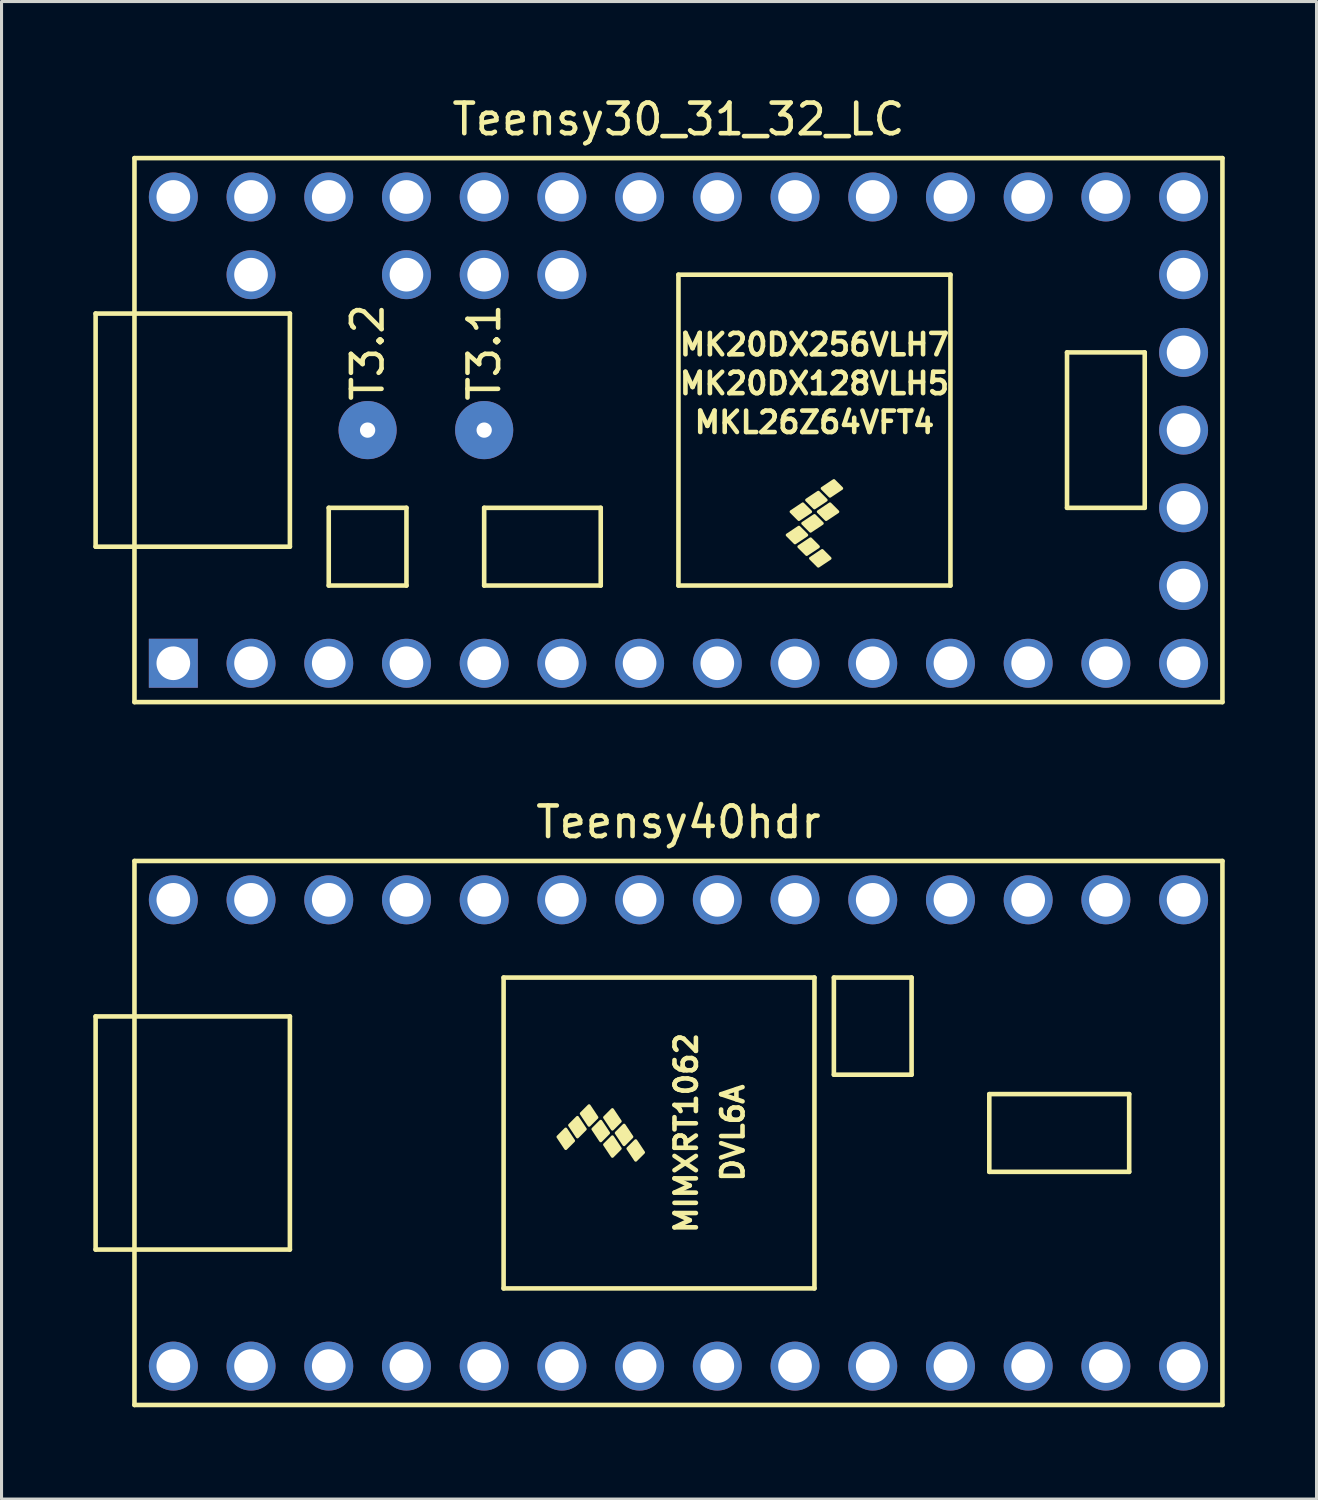
<source format=kicad_pcb>
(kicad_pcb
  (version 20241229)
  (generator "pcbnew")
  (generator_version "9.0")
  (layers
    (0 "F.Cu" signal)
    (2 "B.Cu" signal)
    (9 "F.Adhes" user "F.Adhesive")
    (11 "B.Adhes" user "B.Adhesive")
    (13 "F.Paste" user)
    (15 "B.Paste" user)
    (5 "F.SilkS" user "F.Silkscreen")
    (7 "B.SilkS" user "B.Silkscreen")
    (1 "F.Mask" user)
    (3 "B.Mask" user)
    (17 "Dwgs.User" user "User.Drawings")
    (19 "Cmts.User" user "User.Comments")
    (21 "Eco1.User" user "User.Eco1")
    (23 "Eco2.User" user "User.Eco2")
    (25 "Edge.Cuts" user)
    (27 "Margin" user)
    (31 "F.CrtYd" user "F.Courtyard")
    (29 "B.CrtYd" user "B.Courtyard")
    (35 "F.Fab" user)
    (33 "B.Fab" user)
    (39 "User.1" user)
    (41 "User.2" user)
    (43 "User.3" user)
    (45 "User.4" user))
  (footprint "Teensy30_31_32_LC"
    (layer "F.Cu")
    (at 19.125 11.008)
    (property "Reference" "Teensy30_31_32_LC" (at 0 -10.16 0) (layer "F.SilkS") (effects (font (size 1 1) (thickness 0.15))))
    (attr through_hole)
    (fp_line (start -19.05 -3.81) (end -17.78 -3.81) (stroke (width 0.15) (type solid)) (layer "F.SilkS"))
    (fp_line (start -19.05 3.81) (end -19.05 -3.81) (stroke (width 0.15) (type solid)) (layer "F.SilkS"))
    (fp_line (start -17.78 -8.89) (end 17.78 -8.89) (stroke (width 0.15) (type solid)) (layer "F.SilkS"))
    (fp_line (start -17.78 3.81) (end -19.05 3.81) (stroke (width 0.15) (type solid)) (layer "F.SilkS"))
    (fp_line (start -17.78 8.89) (end -17.78 -8.89) (stroke (width 0.15) (type solid)) (layer "F.SilkS"))
    (fp_line (start -12.7 -3.81) (end -17.78 -3.81) (stroke (width 0.15) (type solid)) (layer "F.SilkS"))
    (fp_line (start -12.7 3.81) (end -17.78 3.81) (stroke (width 0.15) (type solid)) (layer "F.SilkS"))
    (fp_line (start -12.7 3.81) (end -12.7 -3.81) (stroke (width 0.15) (type solid)) (layer "F.SilkS"))
    (fp_line (start -11.43 2.54) (end -11.43 5.08) (stroke (width 0.15) (type solid)) (layer "F.SilkS"))
    (fp_line (start -11.43 5.08) (end -8.89 5.08) (stroke (width 0.15) (type solid)) (layer "F.SilkS"))
    (fp_line (start -8.89 2.54) (end -11.43 2.54) (stroke (width 0.15) (type solid)) (layer "F.SilkS"))
    (fp_line (start -8.89 5.08) (end -8.89 2.54) (stroke (width 0.15) (type solid)) (layer "F.SilkS"))
    (fp_line (start -6.35 2.54) (end -6.35 5.08) (stroke (width 0.15) (type solid)) (layer "F.SilkS"))
    (fp_line (start -6.35 5.08) (end -2.54 5.08) (stroke (width 0.15) (type solid)) (layer "F.SilkS"))
    (fp_line (start -2.54 2.54) (end -6.35 2.54) (stroke (width 0.15) (type solid)) (layer "F.SilkS"))
    (fp_line (start -2.54 5.08) (end -2.54 2.54) (stroke (width 0.15) (type solid)) (layer "F.SilkS"))
    (fp_line (start 0 -5.08) (end 0 5.08) (stroke (width 0.15) (type solid)) (layer "F.SilkS"))
    (fp_line (start 8.89 -5.08) (end 0 -5.08) (stroke (width 0.15) (type solid)) (layer "F.SilkS"))
    (fp_line (start 8.89 5.08) (end 0 5.08) (stroke (width 0.15) (type solid)) (layer "F.SilkS"))
    (fp_line (start 8.89 5.08) (end 8.89 -5.08) (stroke (width 0.15) (type solid)) (layer "F.SilkS"))
    (fp_line (start 12.7 -2.54) (end 15.24 -2.54) (stroke (width 0.15) (type solid)) (layer "F.SilkS"))
    (fp_line (start 12.7 2.54) (end 12.7 -2.54) (stroke (width 0.15) (type solid)) (layer "F.SilkS"))
    (fp_line (start 15.24 -2.54) (end 15.24 2.54) (stroke (width 0.15) (type solid)) (layer "F.SilkS"))
    (fp_line (start 15.24 2.54) (end 12.7 2.54) (stroke (width 0.15) (type solid)) (layer "F.SilkS"))
    (fp_line (start 17.78 -8.89) (end 17.78 8.89) (stroke (width 0.15) (type solid)) (layer "F.SilkS"))
    (fp_line (start 17.78 8.89) (end -17.78 8.89) (stroke (width 0.15) (type solid)) (layer "F.SilkS"))
    (fp_poly (pts (xy 3.81 3.683) (xy 3.556 3.429) (xy 3.937 3.175) (xy 4.191 3.429)) (stroke (width 0.1) (type solid)) (fill yes) (layer "F.SilkS"))
    (fp_poly (pts (xy 3.937 2.921) (xy 3.683 2.667) (xy 4.064 2.413) (xy 4.318 2.667)) (stroke (width 0.1) (type solid)) (fill yes) (layer "F.SilkS"))
    (fp_poly (pts (xy 4.191 4.064) (xy 3.937 3.81) (xy 4.318 3.556) (xy 4.572 3.81)) (stroke (width 0.1) (type solid)) (fill yes) (layer "F.SilkS"))
    (fp_poly (pts (xy 4.318 3.302) (xy 4.064 3.048) (xy 4.445 2.794) (xy 4.699 3.048)) (stroke (width 0.1) (type solid)) (fill yes) (layer "F.SilkS"))
    (fp_poly (pts (xy 4.445 2.54) (xy 4.191 2.286) (xy 4.572 2.032) (xy 4.826 2.286)) (stroke (width 0.1) (type solid)) (fill yes) (layer "F.SilkS"))
    (fp_poly (pts (xy 4.572 4.445) (xy 4.318 4.191) (xy 4.699 3.937) (xy 4.953 4.191)) (stroke (width 0.1) (type solid)) (fill yes) (layer "F.SilkS"))
    (fp_poly (pts (xy 4.826 2.921) (xy 4.572 2.667) (xy 4.953 2.413) (xy 5.207 2.667)) (stroke (width 0.1) (type solid)) (fill yes) (layer "F.SilkS"))
    (fp_poly (pts (xy 4.953 2.159) (xy 4.699 1.905) (xy 5.08 1.651) (xy 5.334 1.905)) (stroke (width 0.1) (type solid)) (fill yes) (layer "F.SilkS"))
    (fp_text user "MKL26Z64VFT4" (at 4.445 -0.254 0) (layer "F.SilkS") (effects (font (size 0.7 0.7) (thickness 0.15))))
    (fp_text user "T3.1" (at -6.35 -2.54 90) (layer "F.SilkS") (effects (font (size 1 1) (thickness 0.15))))
    (fp_text user "T3.2" (at -10.16 -2.54 90) (layer "F.SilkS") (effects (font (size 1 1) (thickness 0.15))))
    (fp_text user "MK20DX128VLH5" (at 4.445 -1.524 0) (layer "F.SilkS") (effects (font (size 0.7 0.7) (thickness 0.15))))
    (fp_text user "MK20DX256VLH7" (at 4.445 -2.794 0) (layer "F.SilkS") (effects (font (size 0.7 0.7) (thickness 0.15))))
    (pad "1" thru_hole rect (at -16.51 7.62) (size 1.6 1.6) (drill 1.1) (layers "*.Cu" "*.Mask"))
    (pad "2" thru_hole circle (at -13.97 7.62) (size 1.6 1.6) (drill 1.1) (layers "*.Cu" "*.Mask"))
    (pad "3" thru_hole circle (at -11.43 7.62) (size 1.6 1.6) (drill 1.1) (layers "*.Cu" "*.Mask"))
    (pad "4" thru_hole circle (at -8.89 7.62) (size 1.6 1.6) (drill 1.1) (layers "*.Cu" "*.Mask"))
    (pad "5" thru_hole circle (at -6.35 7.62) (size 1.6 1.6) (drill 1.1) (layers "*.Cu" "*.Mask"))
    (pad "6" thru_hole circle (at -3.81 7.62) (size 1.6 1.6) (drill 1.1) (layers "*.Cu" "*.Mask"))
    (pad "7" thru_hole circle (at -1.27 7.62) (size 1.6 1.6) (drill 1.1) (layers "*.Cu" "*.Mask"))
    (pad "8" thru_hole circle (at 1.27 7.62) (size 1.6 1.6) (drill 1.1) (layers "*.Cu" "*.Mask"))
    (pad "9" thru_hole circle (at 3.81 7.62) (size 1.6 1.6) (drill 1.1) (layers "*.Cu" "*.Mask"))
    (pad "10" thru_hole circle (at 6.35 7.62) (size 1.6 1.6) (drill 1.1) (layers "*.Cu" "*.Mask"))
    (pad "11" thru_hole circle (at 8.89 7.62) (size 1.6 1.6) (drill 1.1) (layers "*.Cu" "*.Mask"))
    (pad "12" thru_hole circle (at 11.43 7.62) (size 1.6 1.6) (drill 1.1) (layers "*.Cu" "*.Mask"))
    (pad "13" thru_hole circle (at 13.97 7.62) (size 1.6 1.6) (drill 1.1) (layers "*.Cu" "*.Mask"))
    (pad "14" thru_hole circle (at 16.51 7.62) (size 1.6 1.6) (drill 1.1) (layers "*.Cu" "*.Mask"))
    (pad "15" thru_hole circle (at 16.51 5.08) (size 1.6 1.6) (drill 1.1) (layers "*.Cu" "*.Mask"))
    (pad "16" thru_hole circle (at 16.51 2.54) (size 1.6 1.6) (drill 1.1) (layers "*.Cu" "*.Mask"))
    (pad "17" thru_hole circle (at 16.51 0) (size 1.6 1.6) (drill 1.1) (layers "*.Cu" "*.Mask"))
    (pad "18" thru_hole circle (at 16.51 -2.54) (size 1.6 1.6) (drill 1.1) (layers "*.Cu" "*.Mask"))
    (pad "19" thru_hole circle (at 16.51 -5.08) (size 1.6 1.6) (drill 1.1) (layers "*.Cu" "*.Mask"))
    (pad "20" thru_hole circle (at 16.51 -7.62) (size 1.6 1.6) (drill 1.1) (layers "*.Cu" "*.Mask"))
    (pad "21" thru_hole circle (at 13.97 -7.62) (size 1.6 1.6) (drill 1.1) (layers "*.Cu" "*.Mask"))
    (pad "22" thru_hole circle (at 11.43 -7.62) (size 1.6 1.6) (drill 1.1) (layers "*.Cu" "*.Mask"))
    (pad "23" thru_hole circle (at 8.89 -7.62) (size 1.6 1.6) (drill 1.1) (layers "*.Cu" "*.Mask"))
    (pad "24" thru_hole circle (at 6.35 -7.62) (size 1.6 1.6) (drill 1.1) (layers "*.Cu" "*.Mask"))
    (pad "25" thru_hole circle (at 3.81 -7.62) (size 1.6 1.6) (drill 1.1) (layers "*.Cu" "*.Mask"))
    (pad "26" thru_hole circle (at 1.27 -7.62) (size 1.6 1.6) (drill 1.1) (layers "*.Cu" "*.Mask"))
    (pad "27" thru_hole circle (at -1.27 -7.62) (size 1.6 1.6) (drill 1.1) (layers "*.Cu" "*.Mask"))
    (pad "28" thru_hole circle (at -3.81 -7.62) (size 1.6 1.6) (drill 1.1) (layers "*.Cu" "*.Mask"))
    (pad "29" thru_hole circle (at -6.35 -7.62) (size 1.6 1.6) (drill 1.1) (layers "*.Cu" "*.Mask"))
    (pad "30" thru_hole circle (at -8.89 -7.62) (size 1.6 1.6) (drill 1.1) (layers "*.Cu" "*.Mask"))
    (pad "31" thru_hole circle (at -11.43 -7.62) (size 1.6 1.6) (drill 1.1) (layers "*.Cu" "*.Mask"))
    (pad "32" thru_hole circle (at -13.97 -7.62) (size 1.6 1.6) (drill 1.1) (layers "*.Cu" "*.Mask"))
    (pad "33" thru_hole circle (at -16.51 -7.62) (size 1.6 1.6) (drill 1.1) (layers "*.Cu" "*.Mask"))
    (pad "34" thru_hole circle (at -13.97 -5.08) (size 1.6 1.6) (drill 1.1) (layers "*.Cu" "*.Mask"))
    (pad "35" thru_hole circle (at -8.89 -5.08) (size 1.6 1.6) (drill 1.1) (layers "*.Cu" "*.Mask"))
    (pad "36" thru_hole circle (at -6.35 -5.08) (size 1.6 1.6) (drill 1.1) (layers "*.Cu" "*.Mask"))
    (pad "37" thru_hole circle (at -3.81 -5.08) (size 1.6 1.6) (drill 1.1) (layers "*.Cu" "*.Mask"))
    (pad "52" thru_hole circle (at -10.16 0) (size 1.9 1.9) (drill 0.5) (layers "*.Cu" "*.Mask"))
    (pad "52" thru_hole circle (at -6.35 0) (size 1.9 1.9) (drill 0.5) (layers "*.Cu" "*.Mask")))
  (footprint "Teensy40hdr"
    (layer "F.Cu")
    (at 19.125 33.981)
    (property "Reference" "Teensy40hdr" (at 0 -10.16 0) (layer "F.SilkS") (effects (font (size 1 1) (thickness 0.15))))
    (attr through_hole)
    (fp_line (start -19.05 -3.81) (end -17.78 -3.81) (stroke (width 0.15) (type solid)) (layer "F.SilkS"))
    (fp_line (start -19.05 3.81) (end -19.05 -3.81) (stroke (width 0.15) (type solid)) (layer "F.SilkS"))
    (fp_line (start -17.78 -8.89) (end 17.78 -8.89) (stroke (width 0.15) (type solid)) (layer "F.SilkS"))
    (fp_line (start -17.78 3.81) (end -19.05 3.81) (stroke (width 0.15) (type solid)) (layer "F.SilkS"))
    (fp_line (start -17.78 8.89) (end -17.78 -8.89) (stroke (width 0.15) (type solid)) (layer "F.SilkS"))
    (fp_line (start -12.7 -3.81) (end -17.78 -3.81) (stroke (width 0.15) (type solid)) (layer "F.SilkS"))
    (fp_line (start -12.7 3.81) (end -17.78 3.81) (stroke (width 0.15) (type solid)) (layer "F.SilkS"))
    (fp_line (start -12.7 3.81) (end -12.7 -3.81) (stroke (width 0.15) (type solid)) (layer "F.SilkS"))
    (fp_line (start -5.715 -5.08) (end -5.715 5.08) (stroke (width 0.15) (type solid)) (layer "F.SilkS"))
    (fp_line (start 4.445 -5.08) (end -5.715 -5.08) (stroke (width 0.15) (type solid)) (layer "F.SilkS"))
    (fp_line (start 4.445 5.08) (end -5.715 5.08) (stroke (width 0.15) (type solid)) (layer "F.SilkS"))
    (fp_line (start 4.445 5.08) (end 4.445 -5.08) (stroke (width 0.15) (type solid)) (layer "F.SilkS"))
    (fp_line (start 5.08 -5.08) (end 7.62 -5.08) (stroke (width 0.15) (type solid)) (layer "F.SilkS"))
    (fp_line (start 5.08 -1.905) (end 5.08 -5.08) (stroke (width 0.15) (type solid)) (layer "F.SilkS"))
    (fp_line (start 7.62 -5.08) (end 7.62 -1.905) (stroke (width 0.15) (type solid)) (layer "F.SilkS"))
    (fp_line (start 7.62 -1.905) (end 5.08 -1.905) (stroke (width 0.15) (type solid)) (layer "F.SilkS"))
    (fp_line (start 10.16 -1.27) (end 14.732 -1.27) (stroke (width 0.15) (type solid)) (layer "F.SilkS"))
    (fp_line (start 10.16 1.27) (end 10.16 -1.27) (stroke (width 0.15) (type solid)) (layer "F.SilkS"))
    (fp_line (start 14.732 -1.27) (end 14.732 1.27) (stroke (width 0.15) (type solid)) (layer "F.SilkS"))
    (fp_line (start 14.732 1.27) (end 10.16 1.27) (stroke (width 0.15) (type solid)) (layer "F.SilkS"))
    (fp_line (start 17.78 -8.89) (end 17.78 8.89) (stroke (width 0.15) (type solid)) (layer "F.SilkS"))
    (fp_line (start 17.78 8.89) (end -17.78 8.89) (stroke (width 0.15) (type solid)) (layer "F.SilkS"))
    (fp_poly (pts (xy -3.937 0.127) (xy -3.683 -0.127) (xy -3.429 0.254) (xy -3.683 0.508)) (stroke (width 0.1) (type solid)) (fill yes) (layer "F.SilkS"))
    (fp_poly (pts (xy -3.556 -0.254) (xy -3.302 -0.508) (xy -3.048 -0.127) (xy -3.302 0.127)) (stroke (width 0.1) (type solid)) (fill yes) (layer "F.SilkS"))
    (fp_poly (pts (xy -3.175 -0.635) (xy -2.921 -0.889) (xy -2.667 -0.508) (xy -2.921 -0.254)) (stroke (width 0.1) (type solid)) (fill yes) (layer "F.SilkS"))
    (fp_poly (pts (xy -2.794 -0.127) (xy -2.54 -0.381) (xy -2.286 0) (xy -2.54 0.254)) (stroke (width 0.1) (type solid)) (fill yes) (layer "F.SilkS"))
    (fp_poly (pts (xy -2.413 -0.508) (xy -2.159 -0.762) (xy -1.905 -0.381) (xy -2.159 -0.127)) (stroke (width 0.1) (type solid)) (fill yes) (layer "F.SilkS"))
    (fp_poly (pts (xy -2.413 0.381) (xy -2.159 0.127) (xy -1.905 0.508) (xy -2.159 0.762)) (stroke (width 0.1) (type solid)) (fill yes) (layer "F.SilkS"))
    (fp_poly (pts (xy -2.032 0) (xy -1.778 -0.254) (xy -1.524 0.127) (xy -1.778 0.381)) (stroke (width 0.1) (type solid)) (fill yes) (layer "F.SilkS"))
    (fp_poly (pts (xy -1.651 0.508) (xy -1.397 0.254) (xy -1.143 0.635) (xy -1.397 0.889)) (stroke (width 0.1) (type solid)) (fill yes) (layer "F.SilkS"))
    (fp_text user "MIMXRT1062" (at 0.254 0 90) (layer "F.SilkS") (effects (font (size 0.7 0.7) (thickness 0.15))))
    (fp_text user "DVL6A" (at 1.778 0 90) (layer "F.SilkS") (effects (font (size 0.7 0.7) (thickness 0.15))))
    (pad "1" thru_hole circle (at -16.51 7.62) (size 1.6 1.6) (drill 1.1) (layers "*.Cu" "*.Mask"))
    (pad "2" thru_hole circle (at -13.97 7.62) (size 1.6 1.6) (drill 1.1) (layers "*.Cu" "*.Mask"))
    (pad "3" thru_hole circle (at -11.43 7.62) (size 1.6 1.6) (drill 1.1) (layers "*.Cu" "*.Mask"))
    (pad "4" thru_hole circle (at -8.89 7.62) (size 1.6 1.6) (drill 1.1) (layers "*.Cu" "*.Mask"))
    (pad "5" thru_hole circle (at -6.35 7.62) (size 1.6 1.6) (drill 1.1) (layers "*.Cu" "*.Mask"))
    (pad "6" thru_hole circle (at -3.81 7.62) (size 1.6 1.6) (drill 1.1) (layers "*.Cu" "*.Mask"))
    (pad "7" thru_hole circle (at -1.27 7.62) (size 1.6 1.6) (drill 1.1) (layers "*.Cu" "*.Mask"))
    (pad "8" thru_hole circle (at 1.27 7.62) (size 1.6 1.6) (drill 1.1) (layers "*.Cu" "*.Mask"))
    (pad "9" thru_hole circle (at 3.81 7.62) (size 1.6 1.6) (drill 1.1) (layers "*.Cu" "*.Mask"))
    (pad "10" thru_hole circle (at 6.35 7.62) (size 1.6 1.6) (drill 1.1) (layers "*.Cu" "*.Mask"))
    (pad "11" thru_hole circle (at 8.89 7.62) (size 1.6 1.6) (drill 1.1) (layers "*.Cu" "*.Mask"))
    (pad "12" thru_hole circle (at 11.43 7.62) (size 1.6 1.6) (drill 1.1) (layers "*.Cu" "*.Mask"))
    (pad "13" thru_hole circle (at 13.97 7.62) (size 1.6 1.6) (drill 1.1) (layers "*.Cu" "*.Mask"))
    (pad "14" thru_hole circle (at 16.51 7.62) (size 1.6 1.6) (drill 1.1) (layers "*.Cu" "*.Mask"))
    (pad "20" thru_hole circle (at 16.51 -7.62) (size 1.6 1.6) (drill 1.1) (layers "*.Cu" "*.Mask"))
    (pad "21" thru_hole circle (at 13.97 -7.62) (size 1.6 1.6) (drill 1.1) (layers "*.Cu" "*.Mask"))
    (pad "22" thru_hole circle (at 11.43 -7.62) (size 1.6 1.6) (drill 1.1) (layers "*.Cu" "*.Mask"))
    (pad "23" thru_hole circle (at 8.89 -7.62) (size 1.6 1.6) (drill 1.1) (layers "*.Cu" "*.Mask"))
    (pad "24" thru_hole circle (at 6.35 -7.62) (size 1.6 1.6) (drill 1.1) (layers "*.Cu" "*.Mask"))
    (pad "25" thru_hole circle (at 3.81 -7.62) (size 1.6 1.6) (drill 1.1) (layers "*.Cu" "*.Mask"))
    (pad "26" thru_hole circle (at 1.27 -7.62) (size 1.6 1.6) (drill 1.1) (layers "*.Cu" "*.Mask"))
    (pad "27" thru_hole circle (at -1.27 -7.62) (size 1.6 1.6) (drill 1.1) (layers "*.Cu" "*.Mask"))
    (pad "28" thru_hole circle (at -3.81 -7.62) (size 1.6 1.6) (drill 1.1) (layers "*.Cu" "*.Mask"))
    (pad "29" thru_hole circle (at -6.35 -7.62) (size 1.6 1.6) (drill 1.1) (layers "*.Cu" "*.Mask"))
    (pad "30" thru_hole circle (at -8.89 -7.62) (size 1.6 1.6) (drill 1.1) (layers "*.Cu" "*.Mask"))
    (pad "31" thru_hole circle (at -11.43 -7.62) (size 1.6 1.6) (drill 1.1) (layers "*.Cu" "*.Mask"))
    (pad "32" thru_hole circle (at -13.97 -7.62) (size 1.6 1.6) (drill 1.1) (layers "*.Cu" "*.Mask"))
    (pad "33" thru_hole circle (at -16.51 -7.62) (size 1.6 1.6) (drill 1.1) (layers "*.Cu" "*.Mask")))
  (gr_rect
    (start -3 -3)
    (end 39.98 45.947)
    (stroke (width 0.1) (type default))
    (fill no)
    (layer "Edge.Cuts")))
</source>
